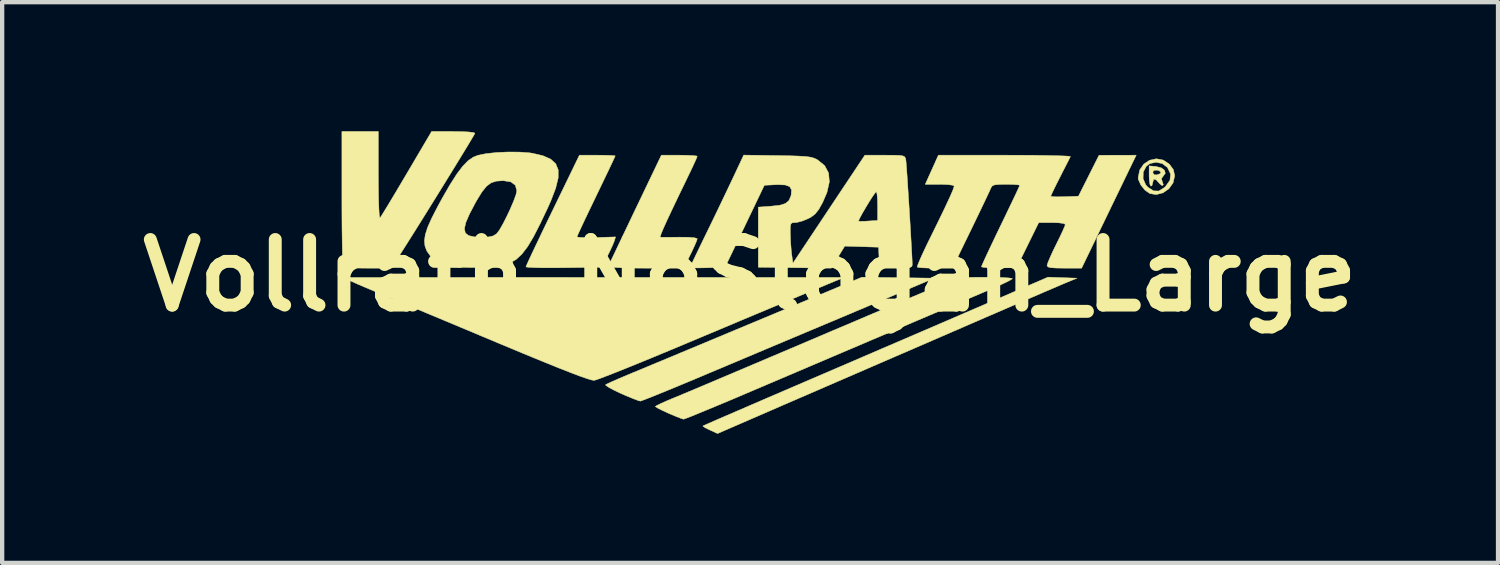
<source format=kicad_pcb>
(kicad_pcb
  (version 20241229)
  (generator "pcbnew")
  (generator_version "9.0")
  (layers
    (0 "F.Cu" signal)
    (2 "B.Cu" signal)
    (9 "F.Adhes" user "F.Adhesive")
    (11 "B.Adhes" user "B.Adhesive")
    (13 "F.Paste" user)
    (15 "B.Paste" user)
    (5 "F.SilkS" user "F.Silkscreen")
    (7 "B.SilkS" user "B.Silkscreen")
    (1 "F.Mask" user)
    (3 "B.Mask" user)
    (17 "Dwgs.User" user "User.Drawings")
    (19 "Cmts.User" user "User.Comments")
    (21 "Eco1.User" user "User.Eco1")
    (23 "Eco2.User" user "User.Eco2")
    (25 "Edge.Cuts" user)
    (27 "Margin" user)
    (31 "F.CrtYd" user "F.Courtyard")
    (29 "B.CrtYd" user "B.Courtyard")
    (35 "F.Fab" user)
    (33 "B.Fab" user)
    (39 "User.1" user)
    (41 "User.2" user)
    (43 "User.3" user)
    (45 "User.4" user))
  (footprint "Vollrath_NoSlogan_Large"
    (layer "F.Cu")
    (at 14.376 3.349)
    (property "Reference" "Vollrath_NoSlogan_Large" (at 0 0 0) (layer "F.SilkS") (effects (font (size 1.524 1.524) (thickness 0.3))))
    (attr through_hole)
    (fp_poly (pts (xy 9.425 -2.532) (xy 9.551 -2.501) (xy 9.629 -2.443) (xy 9.646 -2.373) (xy 9.603 -2.314) (xy 9.557 -2.25) (xy 9.575 -2.186) (xy 9.601 -2.107) (xy 9.576 -2.085) (xy 9.519 -2.127) (xy 9.5 -2.151) (xy 9.428 -2.228) (xy 9.376 -2.233) (xy 9.356 -2.164) (xy 9.356 -2.159) (xy 9.338 -2.09) (xy 9.313 -2.074) (xy 9.29 -2.113) (xy 9.275 -2.212) (xy 9.271 -2.31) (xy 9.271 -2.392) (xy 9.356 -2.392) (xy 9.385 -2.339) (xy 9.451 -2.336) (xy 9.525 -2.363) (xy 9.546 -2.392) (xy 9.51 -2.43) (xy 9.451 -2.448) (xy 9.373 -2.437) (xy 9.356 -2.392) (xy 9.271 -2.392) (xy 9.271 -2.545) (xy 9.425 -2.532)) (stroke (width 0.01) (type solid)) (fill yes) (layer "F.SilkS"))
    (fp_poly (pts (xy 9.599 -2.68) (xy 9.74 -2.586) (xy 9.834 -2.459) (xy 9.864 -2.32) (xy 9.864 -2.311) (xy 9.827 -2.15) (xy 9.73 -2.014) (xy 9.594 -1.919) (xy 9.437 -1.878) (xy 9.287 -1.903) (xy 9.175 -1.982) (xy 9.078 -2.101) (xy 9.022 -2.228) (xy 9.02 -2.248) (xy 9.131 -2.248) (xy 9.192 -2.105) (xy 9.244 -2.048) (xy 9.375 -1.965) (xy 9.495 -1.961) (xy 9.62 -2.038) (xy 9.655 -2.071) (xy 9.755 -2.212) (xy 9.77 -2.354) (xy 9.701 -2.5) (xy 9.691 -2.513) (xy 9.576 -2.6) (xy 9.432 -2.629) (xy 9.29 -2.599) (xy 9.206 -2.538) (xy 9.135 -2.403) (xy 9.131 -2.248) (xy 9.02 -2.248) (xy 9.017 -2.273) (xy 9.052 -2.449) (xy 9.146 -2.586) (xy 9.281 -2.676) (xy 9.438 -2.71) (xy 9.599 -2.68)) (stroke (width 0.01) (type solid)) (fill yes) (layer "F.SilkS"))
    (fp_poly (pts (xy -3.549 -2.794) (xy -3.373 -2.792) (xy -3.233 -2.788) (xy -3.149 -2.782) (xy -3.133 -2.778) (xy -3.15 -2.737) (xy -3.2 -2.63) (xy -3.276 -2.468) (xy -3.375 -2.263) (xy -3.49 -2.023) (xy -3.577 -1.842) (xy -3.701 -1.585) (xy -3.812 -1.353) (xy -3.904 -1.158) (xy -3.973 -1.009) (xy -4.013 -0.919) (xy -4.022 -0.896) (xy -3.982 -0.886) (xy -3.876 -0.88) (xy -3.719 -0.878) (xy -3.574 -0.881) (xy -3.125 -0.895) (xy -3.155 -0.797) (xy -3.19 -0.709) (xy -3.251 -0.577) (xy -3.317 -0.445) (xy -3.45 -0.191) (xy -4.329 -0.179) (xy -4.591 -0.177) (xy -4.822 -0.178) (xy -5.01 -0.182) (xy -5.141 -0.189) (xy -5.204 -0.197) (xy -5.207 -0.2) (xy -5.189 -0.245) (xy -5.139 -0.356) (xy -5.06 -0.526) (xy -4.956 -0.744) (xy -4.833 -1.002) (xy -4.694 -1.291) (xy -4.586 -1.513) (xy -3.965 -2.794) (xy -3.549 -2.794)) (stroke (width 0.01) (type solid)) (fill yes) (layer "F.SilkS"))
    (fp_poly (pts (xy 1.333 0.399) (xy 1.12 0.488) (xy 0.84 0.605) (xy 0.506 0.745) (xy 0.13 0.902) (xy -0.275 1.072) (xy -0.697 1.25) (xy -1.125 1.429) (xy -1.503 1.588) (xy -1.893 1.751) (xy -2.264 1.905) (xy -2.606 2.045) (xy -2.911 2.169) (xy -3.172 2.273) (xy -3.381 2.354) (xy -3.53 2.41) (xy -3.611 2.436) (xy -3.619 2.438) (xy -3.678 2.43) (xy -3.789 2.397) (xy -3.956 2.339) (xy -4.182 2.253) (xy -4.472 2.139) (xy -4.828 1.995) (xy -5.254 1.82) (xy -5.753 1.612) (xy -5.863 1.566) (xy -6.283 1.39) (xy -6.695 1.217) (xy -7.09 1.052) (xy -7.459 0.898) (xy -7.791 0.759) (xy -8.077 0.64) (xy -8.307 0.543) (xy -8.472 0.475) (xy -8.509 0.459) (xy -8.727 0.368) (xy -8.937 0.279) (xy -9.117 0.202) (xy -9.243 0.146) (xy -9.25 0.143) (xy -9.461 0.047) (xy -3.641 0.046) (xy 2.18 0.046) (xy 1.333 0.399)) (stroke (width 0.01) (type solid)) (fill yes) (layer "F.SilkS"))
    (fp_poly (pts (xy -1.468 -2.791) (xy -1.329 -2.785) (xy -1.244 -2.775) (xy -1.228 -2.767) (xy -1.245 -2.721) (xy -1.293 -2.614) (xy -1.365 -2.459) (xy -1.455 -2.273) (xy -1.487 -2.206) (xy -1.67 -1.828) (xy -1.817 -1.52) (xy -1.93 -1.279) (xy -2.011 -1.1) (xy -2.062 -0.978) (xy -2.085 -0.908) (xy -2.084 -0.886) (xy -2.031 -0.886) (xy -1.913 -0.886) (xy -1.751 -0.888) (xy -1.64 -0.889) (xy -1.434 -0.887) (xy -1.295 -0.876) (xy -1.231 -0.857) (xy -1.228 -0.85) (xy -1.245 -0.794) (xy -1.293 -0.683) (xy -1.36 -0.538) (xy -1.385 -0.488) (xy -1.543 -0.169) (xy -2.426 -0.169) (xy -2.701 -0.171) (xy -2.936 -0.176) (xy -3.12 -0.184) (xy -3.243 -0.193) (xy -3.294 -0.205) (xy -3.295 -0.207) (xy -3.274 -0.253) (xy -3.221 -0.367) (xy -3.139 -0.538) (xy -3.035 -0.758) (xy -2.911 -1.017) (xy -2.773 -1.307) (xy -2.671 -1.52) (xy -2.061 -2.794) (xy -1.644 -2.794) (xy -1.468 -2.791)) (stroke (width 0.01) (type solid)) (fill yes) (layer "F.SilkS"))
    (fp_poly (pts (xy 7.258 0.052) (xy 7.594 0.064) (xy 7.321 0.177) (xy 7.22 0.22) (xy 7.052 0.292) (xy 6.827 0.388) (xy 6.557 0.505) (xy 6.251 0.637) (xy 5.921 0.78) (xy 5.577 0.929) (xy 5.567 0.933) (xy 5.163 1.108) (xy 4.721 1.3) (xy 4.262 1.499) (xy 3.807 1.696) (xy 3.377 1.882) (xy 2.994 2.048) (xy 2.836 2.116) (xy 2.454 2.282) (xy 2.026 2.467) (xy 1.579 2.661) (xy 1.137 2.852) (xy 0.726 3.03) (xy 0.416 3.165) (xy -0.755 3.673) (xy -0.934 3.592) (xy -1.036 3.543) (xy -1.092 3.506) (xy -1.096 3.497) (xy -1.055 3.478) (xy -0.944 3.429) (xy -0.769 3.352) (xy -0.538 3.252) (xy -0.257 3.131) (xy 0.064 2.992) (xy 0.421 2.838) (xy 0.805 2.673) (xy 0.995 2.591) (xy 1.479 2.383) (xy 2.013 2.154) (xy 2.577 1.911) (xy 3.153 1.663) (xy 3.719 1.42) (xy 4.258 1.188) (xy 4.749 0.976) (xy 4.995 0.87) (xy 6.921 0.04) (xy 7.258 0.052)) (stroke (width 0.01) (type solid)) (fill yes) (layer "F.SilkS"))
    (fp_poly (pts (xy 3.436 0.052) (xy 4.275 0.064) (xy 3.757 0.284) (xy 3.597 0.352) (xy 3.372 0.447) (xy 3.095 0.564) (xy 2.777 0.698) (xy 2.431 0.844) (xy 2.071 0.996) (xy 1.714 1.146) (xy 1.3 1.32) (xy 0.843 1.512) (xy 0.365 1.713) (xy -0.111 1.914) (xy -0.564 2.105) (xy -0.971 2.276) (xy -1.155 2.354) (xy -1.473 2.487) (xy -1.767 2.609) (xy -2.027 2.716) (xy -2.246 2.805) (xy -2.412 2.87) (xy -2.518 2.91) (xy -2.552 2.92) (xy -2.61 2.903) (xy -2.727 2.858) (xy -2.882 2.794) (xy -2.997 2.744) (xy -3.157 2.668) (xy -3.279 2.603) (xy -3.348 2.557) (xy -3.357 2.539) (xy -3.306 2.513) (xy -3.194 2.461) (xy -3.036 2.392) (xy -2.849 2.313) (xy -2.836 2.308) (xy -2.71 2.255) (xy -2.514 2.174) (xy -2.256 2.066) (xy -1.946 1.937) (xy -1.591 1.789) (xy -1.2 1.626) (xy -0.781 1.451) (xy -0.343 1.268) (xy 0.105 1.081) (xy 0.124 1.073) (xy 2.598 0.041) (xy 3.436 0.052)) (stroke (width 0.01) (type solid)) (fill yes) (layer "F.SilkS"))
    (fp_poly (pts (xy -8.636 -2.32) (xy -8.634 -2.006) (xy -8.63 -1.744) (xy -8.623 -1.54) (xy -8.614 -1.402) (xy -8.603 -1.338) (xy -8.598 -1.336) (xy -8.567 -1.382) (xy -8.499 -1.491) (xy -8.4 -1.653) (xy -8.277 -1.858) (xy -8.135 -2.097) (xy -7.98 -2.359) (xy -7.979 -2.36) (xy -7.399 -3.344) (xy -6.896 -3.344) (xy -6.697 -3.341) (xy -6.536 -3.333) (xy -6.429 -3.32) (xy -6.392 -3.305) (xy -6.414 -3.263) (xy -6.475 -3.159) (xy -6.569 -3.002) (xy -6.692 -2.8) (xy -6.837 -2.563) (xy -6.998 -2.301) (xy -7.171 -2.021) (xy -7.349 -1.734) (xy -7.526 -1.449) (xy -7.697 -1.175) (xy -7.857 -0.92) (xy -7.999 -0.695) (xy -8.118 -0.508) (xy -8.208 -0.368) (xy -8.263 -0.286) (xy -8.345 -0.169) (xy -8.886 -0.169) (xy -9.092 -0.171) (xy -9.266 -0.177) (xy -9.392 -0.186) (xy -9.452 -0.196) (xy -9.454 -0.198) (xy -9.461 -0.245) (xy -9.467 -0.367) (xy -9.472 -0.555) (xy -9.476 -0.799) (xy -9.48 -1.09) (xy -9.482 -1.417) (xy -9.483 -1.771) (xy -9.483 -1.785) (xy -9.483 -3.344) (xy -8.636 -3.344) (xy -8.636 -2.32)) (stroke (width 0.01) (type solid)) (fill yes) (layer "F.SilkS"))
    (fp_poly (pts (xy -5.356 -2.866) (xy -5.126 -2.849) (xy -5.059 -2.839) (xy -4.814 -2.782) (xy -4.634 -2.703) (xy -4.515 -2.595) (xy -4.457 -2.451) (xy -4.458 -2.264) (xy -4.516 -2.027) (xy -4.628 -1.734) (xy -4.707 -1.557) (xy -4.88 -1.194) (xy -5.03 -0.901) (xy -5.166 -0.672) (xy -5.298 -0.499) (xy -5.434 -0.372) (xy -5.584 -0.286) (xy -5.756 -0.231) (xy -5.959 -0.201) (xy -6.202 -0.187) (xy -6.287 -0.185) (xy -6.506 -0.184) (xy -6.713 -0.189) (xy -6.882 -0.2) (xy -6.979 -0.212) (xy -7.226 -0.294) (xy -7.406 -0.421) (xy -7.511 -0.57) (xy -7.553 -0.683) (xy -7.565 -0.804) (xy -7.546 -0.945) (xy -7.501 -1.085) (xy -6.637 -1.085) (xy -6.615 -0.987) (xy -6.539 -0.926) (xy -6.405 -0.896) (xy -6.236 -0.889) (xy -6.074 -0.895) (xy -5.969 -0.918) (xy -5.895 -0.964) (xy -5.88 -0.978) (xy -5.819 -1.061) (xy -5.74 -1.199) (xy -5.653 -1.37) (xy -5.567 -1.553) (xy -5.493 -1.727) (xy -5.44 -1.871) (xy -5.419 -1.965) (xy -5.419 -1.968) (xy -5.453 -2.095) (xy -5.557 -2.173) (xy -5.728 -2.201) (xy -5.741 -2.201) (xy -5.894 -2.191) (xy -6.016 -2.152) (xy -6.123 -2.072) (xy -6.229 -1.941) (xy -6.349 -1.746) (xy -6.383 -1.685) (xy -6.519 -1.427) (xy -6.604 -1.229) (xy -6.637 -1.085) (xy -7.501 -1.085) (xy -7.491 -1.117) (xy -7.397 -1.329) (xy -7.261 -1.594) (xy -7.15 -1.798) (xy -6.97 -2.11) (xy -6.815 -2.353) (xy -6.678 -2.535) (xy -6.553 -2.664) (xy -6.431 -2.748) (xy -6.321 -2.792) (xy -6.132 -2.83) (xy -5.888 -2.856) (xy -5.62 -2.868) (xy -5.356 -2.866)) (stroke (width 0.01) (type solid)) (fill yes) (layer "F.SilkS"))
    (fp_poly (pts (xy 5.699 0.044) (xy 5.882 0.05) (xy 6.017 0.059) (xy 6.088 0.069) (xy 6.096 0.074) (xy 6.059 0.101) (xy 5.958 0.154) (xy 5.808 0.225) (xy 5.623 0.307) (xy 5.577 0.326) (xy 5.428 0.39) (xy 5.211 0.482) (xy 4.938 0.598) (xy 4.621 0.734) (xy 4.27 0.883) (xy 3.896 1.042) (xy 3.51 1.207) (xy 3.281 1.305) (xy 2.839 1.493) (xy 2.358 1.698) (xy 1.855 1.912) (xy 1.351 2.127) (xy 0.865 2.334) (xy 0.416 2.525) (xy 0.024 2.692) (xy -0.002 2.703) (xy -0.337 2.846) (xy -0.649 2.977) (xy -0.928 3.093) (xy -1.165 3.191) (xy -1.353 3.268) (xy -1.482 3.318) (xy -1.544 3.34) (xy -1.547 3.34) (xy -1.603 3.322) (xy -1.714 3.279) (xy -1.859 3.218) (xy -1.894 3.203) (xy -2.037 3.137) (xy -2.145 3.083) (xy -2.198 3.049) (xy -2.201 3.045) (xy -2.164 3.02) (xy -2.066 2.972) (xy -1.924 2.909) (xy -1.831 2.87) (xy -1.723 2.826) (xy -1.546 2.752) (xy -1.307 2.652) (xy -1.016 2.529) (xy -0.681 2.387) (xy -0.31 2.23) (xy 0.089 2.061) (xy 0.506 1.884) (xy 0.804 1.758) (xy 1.392 1.508) (xy 1.906 1.289) (xy 2.355 1.099) (xy 2.742 0.934) (xy 3.074 0.793) (xy 3.356 0.674) (xy 3.595 0.573) (xy 3.795 0.488) (xy 3.962 0.418) (xy 4.102 0.359) (xy 4.22 0.309) (xy 4.323 0.266) (xy 4.416 0.228) (xy 4.504 0.192) (xy 4.518 0.186) (xy 4.658 0.13) (xy 4.771 0.09) (xy 4.879 0.065) (xy 5.001 0.051) (xy 5.159 0.044) (xy 5.372 0.042) (xy 5.482 0.042) (xy 5.699 0.044)) (stroke (width 0.01) (type solid)) (fill yes) (layer "F.SilkS"))
    (fp_poly (pts (xy 6.267 -2.793) (xy 6.589 -2.791) (xy 6.874 -2.787) (xy 7.11 -2.782) (xy 7.29 -2.776) (xy 7.404 -2.77) (xy 7.443 -2.762) (xy 7.443 -2.762) (xy 7.419 -2.714) (xy 7.365 -2.607) (xy 7.288 -2.457) (xy 7.207 -2.297) (xy 7.119 -2.124) (xy 7.048 -1.979) (xy 7.001 -1.879) (xy 6.985 -1.84) (xy 7.024 -1.831) (xy 7.127 -1.826) (xy 7.273 -1.828) (xy 7.307 -1.829) (xy 7.629 -1.841) (xy 7.868 -2.317) (xy 8.107 -2.792) (xy 8.539 -2.793) (xy 8.971 -2.794) (xy 8.608 -2.043) (xy 8.471 -1.76) (xy 8.324 -1.456) (xy 8.179 -1.156) (xy 8.05 -0.888) (xy 7.974 -0.73) (xy 7.703 -0.169) (xy 7.302 -0.169) (xy 7.111 -0.172) (xy 6.99 -0.18) (xy 6.925 -0.196) (xy 6.901 -0.223) (xy 6.9 -0.234) (xy 6.919 -0.296) (xy 6.968 -0.415) (xy 7.04 -0.573) (xy 7.112 -0.72) (xy 7.197 -0.893) (xy 7.266 -1.04) (xy 7.311 -1.144) (xy 7.324 -1.185) (xy 7.284 -1.207) (xy 7.176 -1.222) (xy 7.016 -1.228) (xy 6.707 -1.228) (xy 6.452 -0.709) (xy 6.197 -0.191) (xy 5.787 -0.178) (xy 5.612 -0.177) (xy 5.474 -0.182) (xy 5.392 -0.194) (xy 5.376 -0.203) (xy 5.394 -0.251) (xy 5.444 -0.363) (xy 5.521 -0.529) (xy 5.62 -0.738) (xy 5.735 -0.98) (xy 5.821 -1.157) (xy 5.945 -1.414) (xy 6.055 -1.644) (xy 6.148 -1.838) (xy 6.217 -1.985) (xy 6.257 -2.073) (xy 6.265 -2.095) (xy 6.226 -2.105) (xy 6.124 -2.113) (xy 5.977 -2.117) (xy 5.947 -2.117) (xy 5.783 -2.114) (xy 5.683 -2.104) (xy 5.628 -2.081) (xy 5.598 -2.038) (xy 5.591 -2.021) (xy 5.562 -1.957) (xy 5.502 -1.828) (xy 5.416 -1.648) (xy 5.311 -1.429) (xy 5.192 -1.182) (xy 5.127 -1.048) (xy 4.7 -0.169) (xy 4.305 -0.169) (xy 4.13 -0.172) (xy 3.989 -0.178) (xy 3.901 -0.188) (xy 3.884 -0.194) (xy 3.894 -0.238) (xy 3.937 -0.345) (xy 4.007 -0.502) (xy 4.099 -0.698) (xy 4.2 -0.903) (xy 4.384 -1.278) (xy 4.53 -1.58) (xy 4.637 -1.81) (xy 4.707 -1.97) (xy 4.739 -2.062) (xy 4.741 -2.08) (xy 4.702 -2.097) (xy 4.599 -2.11) (xy 4.451 -2.116) (xy 4.406 -2.117) (xy 4.07 -2.117) (xy 4.222 -2.455) (xy 4.375 -2.794) (xy 5.916 -2.794) (xy 6.267 -2.793)) (stroke (width 0.01) (type solid)) (fill yes) (layer "F.SilkS"))
    (fp_poly (pts (xy 0.635 -2.785) (xy 0.917 -2.78) (xy 1.128 -2.773) (xy 1.282 -2.764) (xy 1.392 -2.75) (xy 1.472 -2.73) (xy 1.536 -2.703) (xy 1.566 -2.687) (xy 1.732 -2.552) (xy 1.824 -2.381) (xy 1.842 -2.174) (xy 1.786 -1.927) (xy 1.686 -1.695) (xy 1.597 -1.535) (xy 1.515 -1.431) (xy 1.418 -1.356) (xy 1.356 -1.323) (xy 1.219 -1.266) (xy 1.092 -1.232) (xy 1.049 -1.228) (xy 0.985 -1.224) (xy 0.95 -1.2) (xy 0.936 -1.136) (xy 0.934 -1.013) (xy 0.935 -0.963) (xy 0.942 -0.778) (xy 0.956 -0.589) (xy 0.967 -0.491) (xy 0.995 -0.284) (xy 1.651 -1.269) (xy 2.521 -1.269) (xy 2.521 -1.261) (xy 2.566 -1.257) (xy 2.669 -1.259) (xy 2.748 -1.264) (xy 2.963 -1.278) (xy 2.963 -1.613) (xy 2.96 -1.769) (xy 2.95 -1.885) (xy 2.936 -1.943) (xy 2.932 -1.945) (xy 2.9 -1.911) (xy 2.839 -1.824) (xy 2.762 -1.702) (xy 2.68 -1.566) (xy 2.604 -1.436) (xy 2.547 -1.33) (xy 2.521 -1.269) (xy 1.651 -1.269) (xy 1.831 -1.539) (xy 2.667 -2.794) (xy 3.132 -2.794) (xy 3.336 -2.793) (xy 3.47 -2.789) (xy 3.55 -2.777) (xy 3.592 -2.756) (xy 3.611 -2.722) (xy 3.617 -2.699) (xy 3.624 -2.638) (xy 3.634 -2.506) (xy 3.648 -2.317) (xy 3.663 -2.084) (xy 3.68 -1.82) (xy 3.698 -1.539) (xy 3.715 -1.255) (xy 3.731 -0.981) (xy 3.745 -0.73) (xy 3.757 -0.517) (xy 3.765 -0.353) (xy 3.768 -0.254) (xy 3.768 -0.243) (xy 3.758 -0.208) (xy 3.719 -0.186) (xy 3.635 -0.174) (xy 3.49 -0.17) (xy 3.389 -0.169) (xy 3.01 -0.169) (xy 2.997 -0.413) (xy 2.985 -0.656) (xy 2.2 -0.681) (xy 1.884 -0.169) (xy 1.037 -0.18) (xy 0.191 -0.191) (xy 0.191 -1.587) (xy 0.491 -1.609) (xy 0.691 -1.631) (xy 0.823 -1.672) (xy 0.903 -1.74) (xy 0.948 -1.844) (xy 0.954 -1.867) (xy 0.963 -1.987) (xy 0.921 -2.063) (xy 0.818 -2.102) (xy 0.646 -2.109) (xy 0.604 -2.108) (xy 0.332 -2.095) (xy -0.124 -1.143) (xy -0.581 -0.191) (xy -0.989 -0.178) (xy -1.163 -0.175) (xy -1.3 -0.174) (xy -1.382 -0.178) (xy -1.397 -0.181) (xy -1.379 -0.222) (xy -1.33 -0.327) (xy -1.255 -0.484) (xy -1.16 -0.681) (xy -1.051 -0.905) (xy -1.047 -0.913) (xy -0.91 -1.195) (xy -0.761 -1.502) (xy -0.615 -1.808) (xy -0.484 -2.082) (xy -0.422 -2.213) (xy -0.148 -2.796) (xy 0.635 -2.785)) (stroke (width 0.01) (type solid)) (fill yes) (layer "F.SilkS")))
  (gr_rect
    (start -3 -3)
    (end 31.753 10.027)
    (stroke (width 0.1) (type default))
    (fill no)
    (layer "Edge.Cuts")))
</source>
